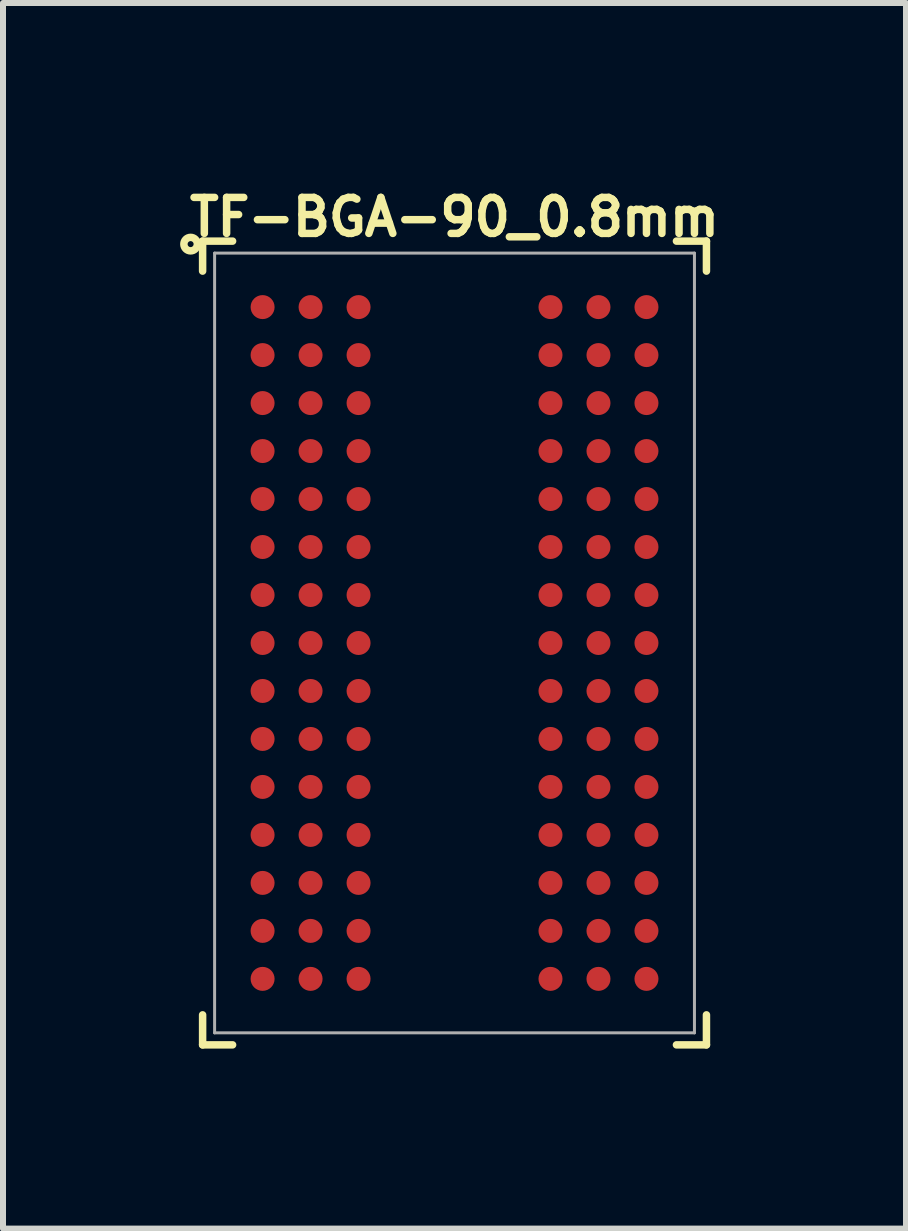
<source format=kicad_pcb>
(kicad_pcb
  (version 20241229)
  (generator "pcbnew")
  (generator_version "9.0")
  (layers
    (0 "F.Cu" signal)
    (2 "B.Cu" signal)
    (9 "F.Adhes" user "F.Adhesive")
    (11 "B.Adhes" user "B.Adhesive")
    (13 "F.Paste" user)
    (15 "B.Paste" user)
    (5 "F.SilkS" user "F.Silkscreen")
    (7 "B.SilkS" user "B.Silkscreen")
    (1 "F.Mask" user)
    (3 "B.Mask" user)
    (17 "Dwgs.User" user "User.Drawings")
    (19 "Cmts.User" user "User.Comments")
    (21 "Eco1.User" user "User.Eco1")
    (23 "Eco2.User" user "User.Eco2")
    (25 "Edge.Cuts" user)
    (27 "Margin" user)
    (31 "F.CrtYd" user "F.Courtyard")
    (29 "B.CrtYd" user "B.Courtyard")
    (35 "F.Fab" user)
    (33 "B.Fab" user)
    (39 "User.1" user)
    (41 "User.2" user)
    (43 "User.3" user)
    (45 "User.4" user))
  (footprint "TF-BGA-90_0.8mm"
    (layer "F.Cu")
    (at 4.528 7.67)
    (property "Reference" "TF-BGA-90_0.8mm" (at 0 -7.1 0) (layer "F.SilkS") (effects (font (size 0.6 0.6) (thickness 0.125))))
    (attr smd)
    (fp_line (start -4.2 -6.7) (end -4.2 -6.2) (stroke (width 0.125) (type solid)) (layer "F.SilkS"))
    (fp_line (start -4.2 -6.7) (end -3.7 -6.7) (stroke (width 0.125) (type solid)) (layer "F.SilkS"))
    (fp_line (start -4.2 6.7) (end -4.2 6.2) (stroke (width 0.125) (type solid)) (layer "F.SilkS"))
    (fp_line (start -4.2 6.7) (end -3.7 6.7) (stroke (width 0.125) (type solid)) (layer "F.SilkS"))
    (fp_line (start 4.2 -6.7) (end 3.7 -6.7) (stroke (width 0.125) (type solid)) (layer "F.SilkS"))
    (fp_line (start 4.2 -6.7) (end 4.2 -6.2) (stroke (width 0.125) (type solid)) (layer "F.SilkS"))
    (fp_line (start 4.2 6.7) (end 3.7 6.7) (stroke (width 0.125) (type solid)) (layer "F.SilkS"))
    (fp_line (start 4.2 6.7) (end 4.2 6.2) (stroke (width 0.125) (type solid)) (layer "F.SilkS"))
    (fp_circle (center -4.4 -6.65) (end -4.4 -6.7) (stroke (width 0.125) (type solid)) (fill no) (layer "F.SilkS"))
    (fp_line (start -4 -6.5) (end 4 -6.5) (stroke (width 0.05) (type solid)) (layer "F.Fab"))
    (fp_line (start -4 6.5) (end -4 -6.5) (stroke (width 0.05) (type solid)) (layer "F.Fab"))
    (fp_line (start 4 -6.5) (end 4 6.5) (stroke (width 0.05) (type solid)) (layer "F.Fab"))
    (fp_line (start 4 6.5) (end -4 6.5) (stroke (width 0.05) (type solid)) (layer "F.Fab"))
    (pad "A1" smd circle (at -3.2 -5.6) (size 0.4 0.4) (layers "F.Cu" "F.Mask" "F.Paste"))
    (pad "A2" smd circle (at -2.4 -5.6) (size 0.4 0.4) (layers "F.Cu" "F.Mask" "F.Paste"))
    (pad "A3" smd circle (at -1.6 -5.6) (size 0.4 0.4) (layers "F.Cu" "F.Mask" "F.Paste"))
    (pad "A7" smd circle (at 1.6 -5.6) (size 0.4 0.4) (layers "F.Cu" "F.Mask" "F.Paste"))
    (pad "A8" smd circle (at 2.4 -5.6) (size 0.4 0.4) (layers "F.Cu" "F.Mask" "F.Paste"))
    (pad "A9" smd circle (at 3.2 -5.6) (size 0.4 0.4) (layers "F.Cu" "F.Mask" "F.Paste"))
    (pad "B1" smd circle (at -3.2 -4.8) (size 0.4 0.4) (layers "F.Cu" "F.Mask" "F.Paste"))
    (pad "B2" smd circle (at -2.4 -4.8) (size 0.4 0.4) (layers "F.Cu" "F.Mask" "F.Paste"))
    (pad "B3" smd circle (at -1.6 -4.8) (size 0.4 0.4) (layers "F.Cu" "F.Mask" "F.Paste"))
    (pad "B7" smd circle (at 1.6 -4.8) (size 0.4 0.4) (layers "F.Cu" "F.Mask" "F.Paste"))
    (pad "B8" smd circle (at 2.4 -4.8) (size 0.4 0.4) (layers "F.Cu" "F.Mask" "F.Paste"))
    (pad "B9" smd circle (at 3.2 -4.8) (size 0.4 0.4) (layers "F.Cu" "F.Mask" "F.Paste"))
    (pad "C1" smd circle (at -3.2 -4) (size 0.4 0.4) (layers "F.Cu" "F.Mask" "F.Paste"))
    (pad "C2" smd circle (at -2.4 -4) (size 0.4 0.4) (layers "F.Cu" "F.Mask" "F.Paste"))
    (pad "C3" smd circle (at -1.6 -4) (size 0.4 0.4) (layers "F.Cu" "F.Mask" "F.Paste"))
    (pad "C7" smd circle (at 1.6 -4) (size 0.4 0.4) (layers "F.Cu" "F.Mask" "F.Paste"))
    (pad "C8" smd circle (at 2.4 -4) (size 0.4 0.4) (layers "F.Cu" "F.Mask" "F.Paste"))
    (pad "C9" smd circle (at 3.2 -4) (size 0.4 0.4) (layers "F.Cu" "F.Mask" "F.Paste"))
    (pad "D1" smd circle (at -3.2 -3.2) (size 0.4 0.4) (layers "F.Cu" "F.Mask" "F.Paste"))
    (pad "D2" smd circle (at -2.4 -3.2) (size 0.4 0.4) (layers "F.Cu" "F.Mask" "F.Paste"))
    (pad "D3" smd circle (at -1.6 -3.2) (size 0.4 0.4) (layers "F.Cu" "F.Mask" "F.Paste"))
    (pad "D7" smd circle (at 1.6 -3.2) (size 0.4 0.4) (layers "F.Cu" "F.Mask" "F.Paste"))
    (pad "D8" smd circle (at 2.4 -3.2) (size 0.4 0.4) (layers "F.Cu" "F.Mask" "F.Paste"))
    (pad "D9" smd circle (at 3.2 -3.2) (size 0.4 0.4) (layers "F.Cu" "F.Mask" "F.Paste"))
    (pad "E1" smd circle (at -3.2 -2.4) (size 0.4 0.4) (layers "F.Cu" "F.Mask" "F.Paste"))
    (pad "E2" smd circle (at -2.4 -2.4) (size 0.4 0.4) (layers "F.Cu" "F.Mask" "F.Paste"))
    (pad "E3" smd circle (at -1.6 -2.4) (size 0.4 0.4) (layers "F.Cu" "F.Mask" "F.Paste"))
    (pad "E7" smd circle (at 1.6 -2.4) (size 0.4 0.4) (layers "F.Cu" "F.Mask" "F.Paste"))
    (pad "E8" smd circle (at 2.4 -2.4) (size 0.4 0.4) (layers "F.Cu" "F.Mask" "F.Paste"))
    (pad "E9" smd circle (at 3.2 -2.4) (size 0.4 0.4) (layers "F.Cu" "F.Mask" "F.Paste"))
    (pad "F1" smd circle (at -3.2 -1.6) (size 0.4 0.4) (layers "F.Cu" "F.Mask" "F.Paste"))
    (pad "F2" smd circle (at -2.4 -1.6) (size 0.4 0.4) (layers "F.Cu" "F.Mask" "F.Paste"))
    (pad "F3" smd circle (at -1.6 -1.6) (size 0.4 0.4) (layers "F.Cu" "F.Mask" "F.Paste"))
    (pad "F7" smd circle (at 1.6 -1.6) (size 0.4 0.4) (layers "F.Cu" "F.Mask" "F.Paste"))
    (pad "F8" smd circle (at 2.4 -1.6) (size 0.4 0.4) (layers "F.Cu" "F.Mask" "F.Paste"))
    (pad "F9" smd circle (at 3.2 -1.6) (size 0.4 0.4) (layers "F.Cu" "F.Mask" "F.Paste"))
    (pad "G1" smd circle (at -3.2 -0.8) (size 0.4 0.4) (layers "F.Cu" "F.Mask" "F.Paste"))
    (pad "G2" smd circle (at -2.4 -0.8) (size 0.4 0.4) (layers "F.Cu" "F.Mask" "F.Paste"))
    (pad "G3" smd circle (at -1.6 -0.8) (size 0.4 0.4) (layers "F.Cu" "F.Mask" "F.Paste"))
    (pad "G7" smd circle (at 1.6 -0.8) (size 0.4 0.4) (layers "F.Cu" "F.Mask" "F.Paste"))
    (pad "G8" smd circle (at 2.4 -0.8) (size 0.4 0.4) (layers "F.Cu" "F.Mask" "F.Paste"))
    (pad "G9" smd circle (at 3.2 -0.8) (size 0.4 0.4) (layers "F.Cu" "F.Mask" "F.Paste"))
    (pad "H1" smd circle (at -3.2 0) (size 0.4 0.4) (layers "F.Cu" "F.Mask" "F.Paste"))
    (pad "H2" smd circle (at -2.4 0) (size 0.4 0.4) (layers "F.Cu" "F.Mask" "F.Paste"))
    (pad "H3" smd circle (at -1.6 0) (size 0.4 0.4) (layers "F.Cu" "F.Mask" "F.Paste"))
    (pad "H7" smd circle (at 1.6 0) (size 0.4 0.4) (layers "F.Cu" "F.Mask" "F.Paste"))
    (pad "H8" smd circle (at 2.4 0) (size 0.4 0.4) (layers "F.Cu" "F.Mask" "F.Paste"))
    (pad "H9" smd circle (at 3.2 0) (size 0.4 0.4) (layers "F.Cu" "F.Mask" "F.Paste"))
    (pad "J1" smd circle (at -3.2 0.8) (size 0.4 0.4) (layers "F.Cu" "F.Mask" "F.Paste"))
    (pad "J2" smd circle (at -2.4 0.8) (size 0.4 0.4) (layers "F.Cu" "F.Mask" "F.Paste"))
    (pad "J3" smd circle (at -1.6 0.8) (size 0.4 0.4) (layers "F.Cu" "F.Mask" "F.Paste"))
    (pad "J7" smd circle (at 1.6 0.8) (size 0.4 0.4) (layers "F.Cu" "F.Mask" "F.Paste"))
    (pad "J8" smd circle (at 2.4 0.8) (size 0.4 0.4) (layers "F.Cu" "F.Mask" "F.Paste"))
    (pad "J9" smd circle (at 3.2 0.8) (size 0.4 0.4) (layers "F.Cu" "F.Mask" "F.Paste"))
    (pad "K1" smd circle (at -3.2 1.6) (size 0.4 0.4) (layers "F.Cu" "F.Mask" "F.Paste"))
    (pad "K2" smd circle (at -2.4 1.6) (size 0.4 0.4) (layers "F.Cu" "F.Mask" "F.Paste"))
    (pad "K3" smd circle (at -1.6 1.6) (size 0.4 0.4) (layers "F.Cu" "F.Mask" "F.Paste"))
    (pad "K7" smd circle (at 1.6 1.6) (size 0.4 0.4) (layers "F.Cu" "F.Mask" "F.Paste"))
    (pad "K8" smd circle (at 2.4 1.6) (size 0.4 0.4) (layers "F.Cu" "F.Mask" "F.Paste"))
    (pad "K9" smd circle (at 3.2 1.6) (size 0.4 0.4) (layers "F.Cu" "F.Mask" "F.Paste"))
    (pad "L1" smd circle (at -3.2 2.4) (size 0.4 0.4) (layers "F.Cu" "F.Mask" "F.Paste"))
    (pad "L2" smd circle (at -2.4 2.4) (size 0.4 0.4) (layers "F.Cu" "F.Mask" "F.Paste"))
    (pad "L3" smd circle (at -1.6 2.4) (size 0.4 0.4) (layers "F.Cu" "F.Mask" "F.Paste"))
    (pad "L7" smd circle (at 1.6 2.4) (size 0.4 0.4) (layers "F.Cu" "F.Mask" "F.Paste"))
    (pad "L8" smd circle (at 2.4 2.4) (size 0.4 0.4) (layers "F.Cu" "F.Mask" "F.Paste"))
    (pad "L9" smd circle (at 3.2 2.4) (size 0.4 0.4) (layers "F.Cu" "F.Mask" "F.Paste"))
    (pad "M1" smd circle (at -3.2 3.2) (size 0.4 0.4) (layers "F.Cu" "F.Mask" "F.Paste"))
    (pad "M2" smd circle (at -2.4 3.2) (size 0.4 0.4) (layers "F.Cu" "F.Mask" "F.Paste"))
    (pad "M3" smd circle (at -1.6 3.2) (size 0.4 0.4) (layers "F.Cu" "F.Mask" "F.Paste"))
    (pad "M7" smd circle (at 1.6 3.2) (size 0.4 0.4) (layers "F.Cu" "F.Mask" "F.Paste"))
    (pad "M8" smd circle (at 2.4 3.2) (size 0.4 0.4) (layers "F.Cu" "F.Mask" "F.Paste"))
    (pad "M9" smd circle (at 3.2 3.2) (size 0.4 0.4) (layers "F.Cu" "F.Mask" "F.Paste"))
    (pad "N1" smd circle (at -3.2 4) (size 0.4 0.4) (layers "F.Cu" "F.Mask" "F.Paste"))
    (pad "N2" smd circle (at -2.4 4) (size 0.4 0.4) (layers "F.Cu" "F.Mask" "F.Paste"))
    (pad "N3" smd circle (at -1.6 4) (size 0.4 0.4) (layers "F.Cu" "F.Mask" "F.Paste"))
    (pad "N7" smd circle (at 1.6 4) (size 0.4 0.4) (layers "F.Cu" "F.Mask" "F.Paste"))
    (pad "N8" smd circle (at 2.4 4) (size 0.4 0.4) (layers "F.Cu" "F.Mask" "F.Paste"))
    (pad "N9" smd circle (at 3.2 4) (size 0.4 0.4) (layers "F.Cu" "F.Mask" "F.Paste"))
    (pad "P1" smd circle (at -3.2 4.8) (size 0.4 0.4) (layers "F.Cu" "F.Mask" "F.Paste"))
    (pad "P2" smd circle (at -2.4 4.8) (size 0.4 0.4) (layers "F.Cu" "F.Mask" "F.Paste"))
    (pad "P3" smd circle (at -1.6 4.8) (size 0.4 0.4) (layers "F.Cu" "F.Mask" "F.Paste"))
    (pad "P7" smd circle (at 1.6 4.8) (size 0.4 0.4) (layers "F.Cu" "F.Mask" "F.Paste"))
    (pad "P8" smd circle (at 2.4 4.8) (size 0.4 0.4) (layers "F.Cu" "F.Mask" "F.Paste"))
    (pad "P9" smd circle (at 3.2 4.8) (size 0.4 0.4) (layers "F.Cu" "F.Mask" "F.Paste"))
    (pad "R1" smd circle (at -3.2 5.6) (size 0.4 0.4) (layers "F.Cu" "F.Mask" "F.Paste"))
    (pad "R2" smd circle (at -2.4 5.6) (size 0.4 0.4) (layers "F.Cu" "F.Mask" "F.Paste"))
    (pad "R3" smd circle (at -1.6 5.6) (size 0.4 0.4) (layers "F.Cu" "F.Mask" "F.Paste"))
    (pad "R7" smd circle (at 1.6 5.6) (size 0.4 0.4) (layers "F.Cu" "F.Mask" "F.Paste"))
    (pad "R8" smd circle (at 2.4 5.6) (size 0.4 0.4) (layers "F.Cu" "F.Mask" "F.Paste"))
    (pad "R9" smd circle (at 3.2 5.6) (size 0.4 0.4) (layers "F.Cu" "F.Mask" "F.Paste")))
  (gr_rect
    (start -3 -3)
    (end 12.055 17.433)
    (stroke (width 0.1) (type default))
    (fill no)
    (layer "Edge.Cuts")))
</source>
